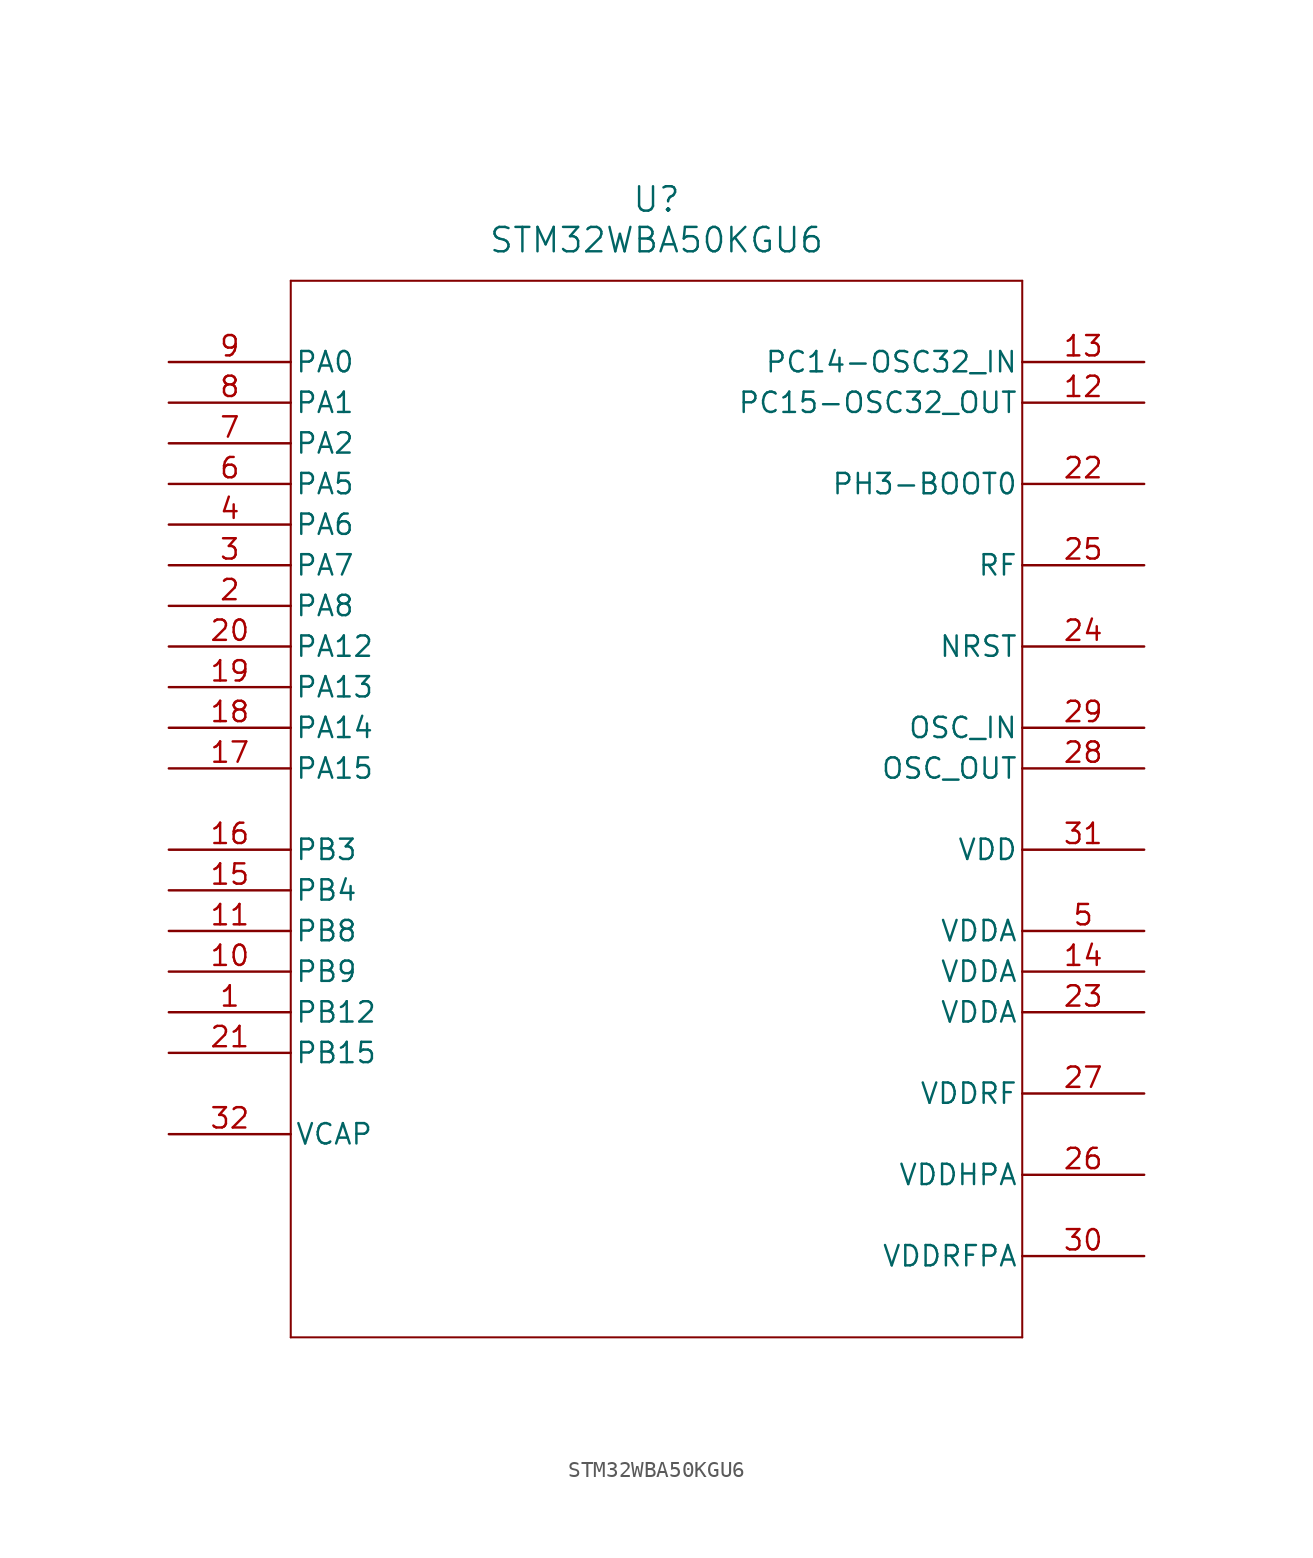
<source format=kicad_sym>
(kicad_symbol_lib
  (version 20211014)
  (generator kicad_symbol_editor)
  (symbol "STM32WBA50KGU6"
    (pin_names
      (offset 0.254))
    (property "Reference" "U"
      (at 30.48 10.16 0)
      (effects (font (size 1.524 1.524))))
    (property "Value" "STM32WBA50KGU6"
      (at 30.48 7.62 0)
      (effects (font (size 1.524 1.524))))
    (symbol "STM32WBA50KGU6_0_1"
      (polyline (pts (xy 7.62 5.08) (xy 7.62 -60.96)) (stroke (width 0.127) (type default) (color 0 0 0 0)) (fill (type none)))
      (polyline (pts (xy 7.62 -60.96) (xy 53.34 -60.96)) (stroke (width 0.127) (type default) (color 0 0 0 0)) (fill (type none)))
      (polyline (pts (xy 53.34 -60.96) (xy 53.34 5.08)) (stroke (width 0.127) (type default) (color 0 0 0 0)) (fill (type none)))
      (polyline (pts (xy 53.34 5.08) (xy 7.62 5.08)) (stroke (width 0.127) (type default) (color 0 0 0 0)) (fill (type none)))
      (pin bidirectional line (at 0 -40.64 0) (length 7.62) (name "PB12" (effects (font (size 1.27 1.27)))) (number "1" (effects (font (size 1.27 1.27)))))
      (pin bidirectional line (at 0 -15.24 0) (length 7.62) (name "PA8" (effects (font (size 1.27 1.27)))) (number "2" (effects (font (size 1.27 1.27)))))
      (pin bidirectional line (at 0 -12.7 0) (length 7.62) (name "PA7" (effects (font (size 1.27 1.27)))) (number "3" (effects (font (size 1.27 1.27)))))
      (pin bidirectional line (at 0 -10.16 0) (length 7.62) (name "PA6" (effects (font (size 1.27 1.27)))) (number "4" (effects (font (size 1.27 1.27)))))
      (pin power_in line (at 60.96 -35.56 180) (length 7.62) (name "VDDA" (effects (font (size 1.27 1.27)))) (number "5" (effects (font (size 1.27 1.27)))))
      (pin bidirectional line (at 0 -7.62 0) (length 7.62) (name "PA5" (effects (font (size 1.27 1.27)))) (number "6" (effects (font (size 1.27 1.27)))))
      (pin bidirectional line (at 0 -5.08 0) (length 7.62) (name "PA2" (effects (font (size 1.27 1.27)))) (number "7" (effects (font (size 1.27 1.27)))))
      (pin bidirectional line (at 0 -2.54 0) (length 7.62) (name "PA1" (effects (font (size 1.27 1.27)))) (number "8" (effects (font (size 1.27 1.27)))))
      (pin bidirectional line (at 0 0 0) (length 7.62) (name "PA0" (effects (font (size 1.27 1.27)))) (number "9" (effects (font (size 1.27 1.27)))))
      (pin bidirectional line (at 0 -38.1 0) (length 7.62) (name "PB9" (effects (font (size 1.27 1.27)))) (number "10" (effects (font (size 1.27 1.27)))))
      (pin bidirectional line (at 0 -35.56 0) (length 7.62) (name "PB8" (effects (font (size 1.27 1.27)))) (number "11" (effects (font (size 1.27 1.27)))))
      (pin bidirectional line (at 60.96 -2.54 180) (length 7.62) (name "PC15-OSC32_OUT" (effects (font (size 1.27 1.27)))) (number "12" (effects (font (size 1.27 1.27)))))
      (pin bidirectional line (at 60.96 0 180) (length 7.62) (name "PC14-OSC32_IN" (effects (font (size 1.27 1.27)))) (number "13" (effects (font (size 1.27 1.27)))))
      (pin power_in line (at 60.96 -38.1 180) (length 7.62) (name "VDDA" (effects (font (size 1.27 1.27)))) (number "14" (effects (font (size 1.27 1.27)))))
      (pin bidirectional line (at 0 -33.02 0) (length 7.62) (name "PB4" (effects (font (size 1.27 1.27)))) (number "15" (effects (font (size 1.27 1.27)))))
      (pin bidirectional line (at 0 -30.48 0) (length 7.62) (name "PB3" (effects (font (size 1.27 1.27)))) (number "16" (effects (font (size 1.27 1.27)))))
      (pin bidirectional line (at 0 -25.4 0) (length 7.62) (name "PA15" (effects (font (size 1.27 1.27)))) (number "17" (effects (font (size 1.27 1.27)))))
      (pin bidirectional line (at 0 -22.86 0) (length 7.62) (name "PA14" (effects (font (size 1.27 1.27)))) (number "18" (effects (font (size 1.27 1.27)))))
      (pin bidirectional line (at 0 -20.32 0) (length 7.62) (name "PA13" (effects (font (size 1.27 1.27)))) (number "19" (effects (font (size 1.27 1.27)))))
      (pin bidirectional line (at 0 -17.78 0) (length 7.62) (name "PA12" (effects (font (size 1.27 1.27)))) (number "20" (effects (font (size 1.27 1.27)))))
      (pin bidirectional line (at 0 -43.18 0) (length 7.62) (name "PB15" (effects (font (size 1.27 1.27)))) (number "21" (effects (font (size 1.27 1.27)))))
      (pin bidirectional line (at 60.96 -7.62 180) (length 7.62) (name "PH3-BOOT0" (effects (font (size 1.27 1.27)))) (number "22" (effects (font (size 1.27 1.27)))))
      (pin power_in line (at 60.96 -40.64 180) (length 7.62) (name "VDDA" (effects (font (size 1.27 1.27)))) (number "23" (effects (font (size 1.27 1.27)))))
      (pin bidirectional line (at 60.96 -17.78 180) (length 7.62) (name "NRST" (effects (font (size 1.27 1.27)))) (number "24" (effects (font (size 1.27 1.27)))))
      (pin unspecified line (at 60.96 -12.7 180) (length 7.62) (name "RF" (effects (font (size 1.27 1.27)))) (number "25" (effects (font (size 1.27 1.27)))))
      (pin power_in line (at 60.96 -50.8 180) (length 7.62) (name "VDDHPA" (effects (font (size 1.27 1.27)))) (number "26" (effects (font (size 1.27 1.27)))))
      (pin power_in line (at 60.96 -45.72 180) (length 7.62) (name "VDDRF" (effects (font (size 1.27 1.27)))) (number "27" (effects (font (size 1.27 1.27)))))
      (pin output line (at 60.96 -25.4 180) (length 7.62) (name "OSC_OUT" (effects (font (size 1.27 1.27)))) (number "28" (effects (font (size 1.27 1.27)))))
      (pin input line (at 60.96 -22.86 180) (length 7.62) (name "OSC_IN" (effects (font (size 1.27 1.27)))) (number "29" (effects (font (size 1.27 1.27)))))
      (pin power_in line (at 60.96 -55.88 180) (length 7.62) (name "VDDRFPA" (effects (font (size 1.27 1.27)))) (number "30" (effects (font (size 1.27 1.27)))))
      (pin power_in line (at 60.96 -30.48 180) (length 7.62) (name "VDD" (effects (font (size 1.27 1.27)))) (number "31" (effects (font (size 1.27 1.27)))))
      (pin power_in line (at 0 -48.26 0) (length 7.62) (name "VCAP" (effects (font (size 1.27 1.27)))) (number "32" (effects (font (size 1.27 1.27))))))))
</source>
